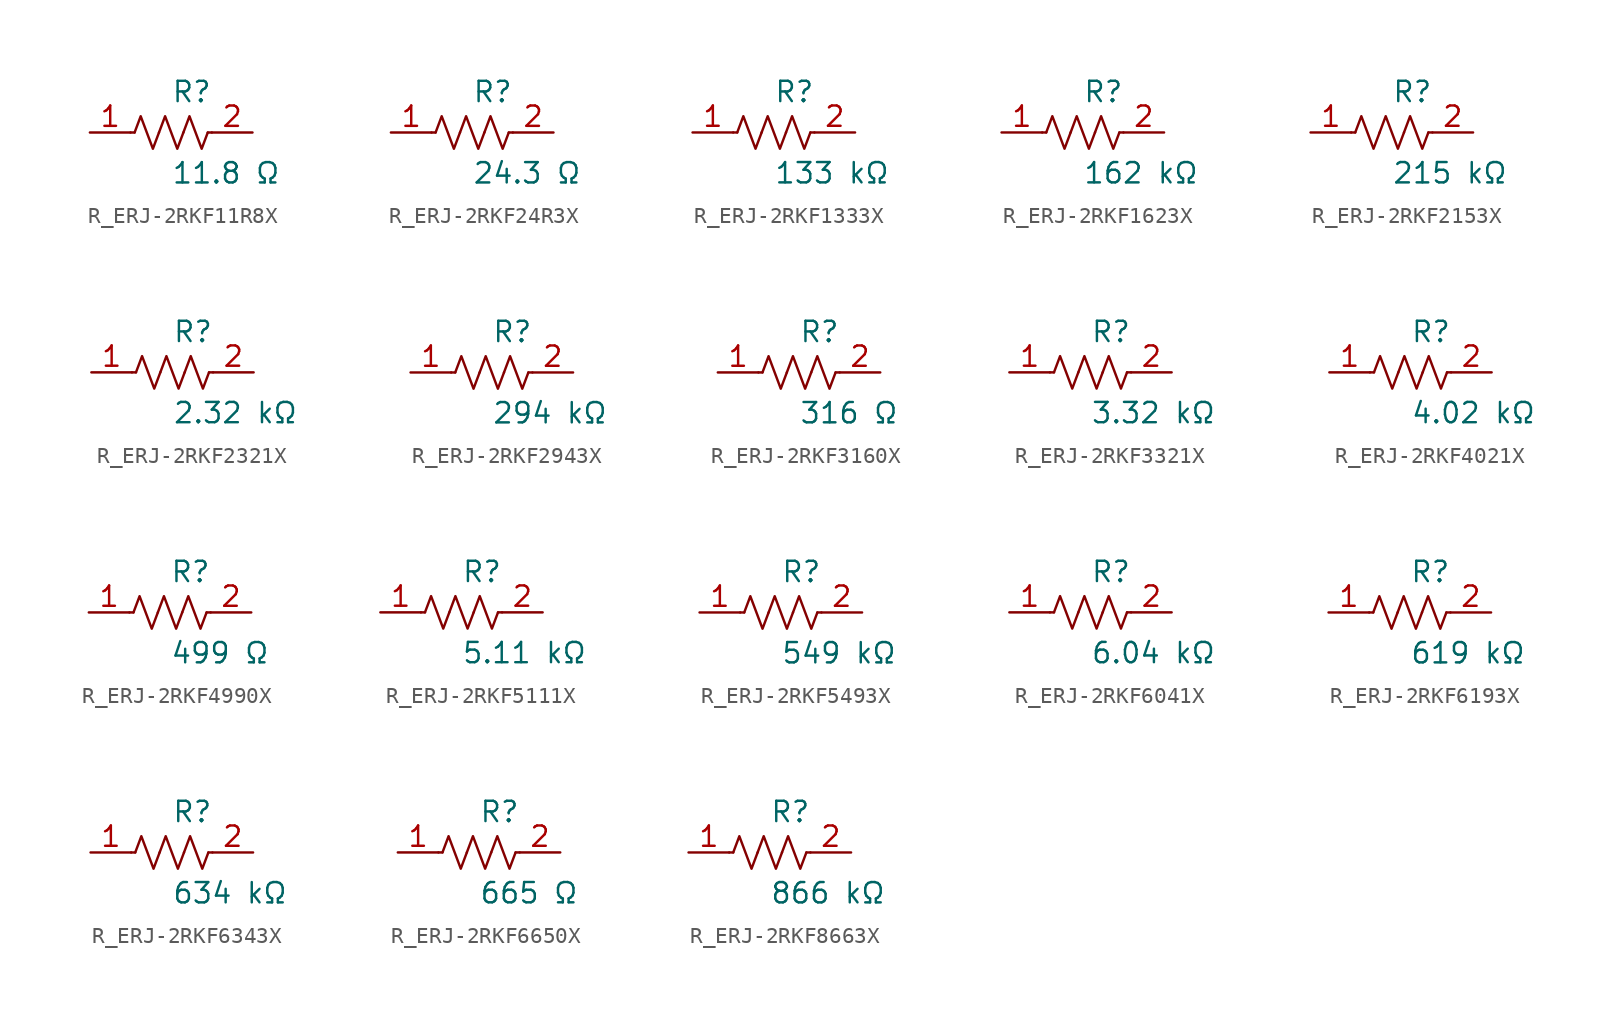
<source format=kicad_sym>
(kicad_symbol_lib
  (version 20231120)
  (generator kicad_symbol_editor)
  (generator_version 8.0)
  (symbol "R_ERJ-2RKF11R8X"
    (pin_names
      (offset 0.254))
    (property "Reference" "R"
      (at 0.0 2.54 0)
      (effects (font (size 1.27 1.27)) (justify left)))
    (property "Value" "11.8 Ω"
      (at 0.0 -2.54 0)
      (effects (font (size 1.27 1.27)) (justify left)))
    (symbol "R_ERJ-2RKF11R8X_0_1"
      (polyline (pts (xy 2.286 0) (xy 2.54 0)) (stroke (width 0) (type default)) (fill (type none)))
      (polyline (pts (xy -2.286 0) (xy -2.54 0)) (stroke (width 0) (type default)) (fill (type none)))
      (polyline (pts (xy 0.762 0) (xy 1.143 1.016) (xy 1.524 0) (xy 1.905 -1.016) (xy 2.286 0)) (stroke (width 0) (type default)) (fill (type none)))
      (polyline (pts (xy -0.762 0) (xy -0.381 1.016) (xy 0 0) (xy 0.381 -1.016) (xy 0.762 0)) (stroke (width 0) (type default)) (fill (type none)))
      (polyline (pts (xy -2.286 0) (xy -1.905 1.016) (xy -1.524 0) (xy -1.143 -1.016) (xy -0.762 0)) (stroke (width 0) (type default)) (fill (type none))))
    (pin unspecified line
      (at -5.08 0 0)
      (length 2.54)
      (name "" (effects (font (size 1.27 1.27))))
      (number "1" (effects (font (size 1.27 1.27)))))
    (pin unspecified line
      (at 5.08 0 180)
      (length 2.54)
      (name "" (effects (font (size 1.27 1.27))))
      (number "2" (effects (font (size 1.27 1.27))))))
  (symbol "R_ERJ-2RKF24R3X"
    (pin_names
      (offset 0.254))
    (property "Reference" "R"
      (at 0.0 2.54 0)
      (effects (font (size 1.27 1.27)) (justify left)))
    (property "Value" "24.3 Ω"
      (at 0.0 -2.54 0)
      (effects (font (size 1.27 1.27)) (justify left)))
    (symbol "R_ERJ-2RKF24R3X_0_1"
      (polyline (pts (xy 2.286 0) (xy 2.54 0)) (stroke (width 0) (type default)) (fill (type none)))
      (polyline (pts (xy -2.286 0) (xy -2.54 0)) (stroke (width 0) (type default)) (fill (type none)))
      (polyline (pts (xy 0.762 0) (xy 1.143 1.016) (xy 1.524 0) (xy 1.905 -1.016) (xy 2.286 0)) (stroke (width 0) (type default)) (fill (type none)))
      (polyline (pts (xy -0.762 0) (xy -0.381 1.016) (xy 0 0) (xy 0.381 -1.016) (xy 0.762 0)) (stroke (width 0) (type default)) (fill (type none)))
      (polyline (pts (xy -2.286 0) (xy -1.905 1.016) (xy -1.524 0) (xy -1.143 -1.016) (xy -0.762 0)) (stroke (width 0) (type default)) (fill (type none))))
    (pin unspecified line
      (at -5.08 0 0)
      (length 2.54)
      (name "" (effects (font (size 1.27 1.27))))
      (number "1" (effects (font (size 1.27 1.27)))))
    (pin unspecified line
      (at 5.08 0 180)
      (length 2.54)
      (name "" (effects (font (size 1.27 1.27))))
      (number "2" (effects (font (size 1.27 1.27))))))
  (symbol "R_ERJ-2RKF1333X"
    (pin_names
      (offset 0.254))
    (property "Reference" "R"
      (at 0.0 2.54 0)
      (effects (font (size 1.27 1.27)) (justify left)))
    (property "Value" "133 kΩ"
      (at 0.0 -2.54 0)
      (effects (font (size 1.27 1.27)) (justify left)))
    (symbol "R_ERJ-2RKF1333X_0_1"
      (polyline (pts (xy 2.286 0) (xy 2.54 0)) (stroke (width 0) (type default)) (fill (type none)))
      (polyline (pts (xy -2.286 0) (xy -2.54 0)) (stroke (width 0) (type default)) (fill (type none)))
      (polyline (pts (xy 0.762 0) (xy 1.143 1.016) (xy 1.524 0) (xy 1.905 -1.016) (xy 2.286 0)) (stroke (width 0) (type default)) (fill (type none)))
      (polyline (pts (xy -0.762 0) (xy -0.381 1.016) (xy 0 0) (xy 0.381 -1.016) (xy 0.762 0)) (stroke (width 0) (type default)) (fill (type none)))
      (polyline (pts (xy -2.286 0) (xy -1.905 1.016) (xy -1.524 0) (xy -1.143 -1.016) (xy -0.762 0)) (stroke (width 0) (type default)) (fill (type none))))
    (pin unspecified line
      (at -5.08 0 0)
      (length 2.54)
      (name "" (effects (font (size 1.27 1.27))))
      (number "1" (effects (font (size 1.27 1.27)))))
    (pin unspecified line
      (at 5.08 0 180)
      (length 2.54)
      (name "" (effects (font (size 1.27 1.27))))
      (number "2" (effects (font (size 1.27 1.27))))))
  (symbol "R_ERJ-2RKF1623X"
    (pin_names
      (offset 0.254))
    (property "Reference" "R"
      (at 0.0 2.54 0)
      (effects (font (size 1.27 1.27)) (justify left)))
    (property "Value" "162 kΩ"
      (at 0.0 -2.54 0)
      (effects (font (size 1.27 1.27)) (justify left)))
    (symbol "R_ERJ-2RKF1623X_0_1"
      (polyline (pts (xy 2.286 0) (xy 2.54 0)) (stroke (width 0) (type default)) (fill (type none)))
      (polyline (pts (xy -2.286 0) (xy -2.54 0)) (stroke (width 0) (type default)) (fill (type none)))
      (polyline (pts (xy 0.762 0) (xy 1.143 1.016) (xy 1.524 0) (xy 1.905 -1.016) (xy 2.286 0)) (stroke (width 0) (type default)) (fill (type none)))
      (polyline (pts (xy -0.762 0) (xy -0.381 1.016) (xy 0 0) (xy 0.381 -1.016) (xy 0.762 0)) (stroke (width 0) (type default)) (fill (type none)))
      (polyline (pts (xy -2.286 0) (xy -1.905 1.016) (xy -1.524 0) (xy -1.143 -1.016) (xy -0.762 0)) (stroke (width 0) (type default)) (fill (type none))))
    (pin unspecified line
      (at -5.08 0 0)
      (length 2.54)
      (name "" (effects (font (size 1.27 1.27))))
      (number "1" (effects (font (size 1.27 1.27)))))
    (pin unspecified line
      (at 5.08 0 180)
      (length 2.54)
      (name "" (effects (font (size 1.27 1.27))))
      (number "2" (effects (font (size 1.27 1.27))))))
  (symbol "R_ERJ-2RKF2153X"
    (pin_names
      (offset 0.254))
    (property "Reference" "R"
      (at 0.0 2.54 0)
      (effects (font (size 1.27 1.27)) (justify left)))
    (property "Value" "215 kΩ"
      (at 0.0 -2.54 0)
      (effects (font (size 1.27 1.27)) (justify left)))
    (symbol "R_ERJ-2RKF2153X_0_1"
      (polyline (pts (xy 2.286 0) (xy 2.54 0)) (stroke (width 0) (type default)) (fill (type none)))
      (polyline (pts (xy -2.286 0) (xy -2.54 0)) (stroke (width 0) (type default)) (fill (type none)))
      (polyline (pts (xy 0.762 0) (xy 1.143 1.016) (xy 1.524 0) (xy 1.905 -1.016) (xy 2.286 0)) (stroke (width 0) (type default)) (fill (type none)))
      (polyline (pts (xy -0.762 0) (xy -0.381 1.016) (xy 0 0) (xy 0.381 -1.016) (xy 0.762 0)) (stroke (width 0) (type default)) (fill (type none)))
      (polyline (pts (xy -2.286 0) (xy -1.905 1.016) (xy -1.524 0) (xy -1.143 -1.016) (xy -0.762 0)) (stroke (width 0) (type default)) (fill (type none))))
    (pin unspecified line
      (at -5.08 0 0)
      (length 2.54)
      (name "" (effects (font (size 1.27 1.27))))
      (number "1" (effects (font (size 1.27 1.27)))))
    (pin unspecified line
      (at 5.08 0 180)
      (length 2.54)
      (name "" (effects (font (size 1.27 1.27))))
      (number "2" (effects (font (size 1.27 1.27))))))
  (symbol "R_ERJ-2RKF2321X"
    (pin_names
      (offset 0.254))
    (property "Reference" "R"
      (at 0.0 2.54 0)
      (effects (font (size 1.27 1.27)) (justify left)))
    (property "Value" "2.32 kΩ"
      (at 0.0 -2.54 0)
      (effects (font (size 1.27 1.27)) (justify left)))
    (symbol "R_ERJ-2RKF2321X_0_1"
      (polyline (pts (xy 2.286 0) (xy 2.54 0)) (stroke (width 0) (type default)) (fill (type none)))
      (polyline (pts (xy -2.286 0) (xy -2.54 0)) (stroke (width 0) (type default)) (fill (type none)))
      (polyline (pts (xy 0.762 0) (xy 1.143 1.016) (xy 1.524 0) (xy 1.905 -1.016) (xy 2.286 0)) (stroke (width 0) (type default)) (fill (type none)))
      (polyline (pts (xy -0.762 0) (xy -0.381 1.016) (xy 0 0) (xy 0.381 -1.016) (xy 0.762 0)) (stroke (width 0) (type default)) (fill (type none)))
      (polyline (pts (xy -2.286 0) (xy -1.905 1.016) (xy -1.524 0) (xy -1.143 -1.016) (xy -0.762 0)) (stroke (width 0) (type default)) (fill (type none))))
    (pin unspecified line
      (at -5.08 0 0)
      (length 2.54)
      (name "" (effects (font (size 1.27 1.27))))
      (number "1" (effects (font (size 1.27 1.27)))))
    (pin unspecified line
      (at 5.08 0 180)
      (length 2.54)
      (name "" (effects (font (size 1.27 1.27))))
      (number "2" (effects (font (size 1.27 1.27))))))
  (symbol "R_ERJ-2RKF2943X"
    (pin_names
      (offset 0.254))
    (property "Reference" "R"
      (at 0.0 2.54 0)
      (effects (font (size 1.27 1.27)) (justify left)))
    (property "Value" "294 kΩ"
      (at 0.0 -2.54 0)
      (effects (font (size 1.27 1.27)) (justify left)))
    (symbol "R_ERJ-2RKF2943X_0_1"
      (polyline (pts (xy 2.286 0) (xy 2.54 0)) (stroke (width 0) (type default)) (fill (type none)))
      (polyline (pts (xy -2.286 0) (xy -2.54 0)) (stroke (width 0) (type default)) (fill (type none)))
      (polyline (pts (xy 0.762 0) (xy 1.143 1.016) (xy 1.524 0) (xy 1.905 -1.016) (xy 2.286 0)) (stroke (width 0) (type default)) (fill (type none)))
      (polyline (pts (xy -0.762 0) (xy -0.381 1.016) (xy 0 0) (xy 0.381 -1.016) (xy 0.762 0)) (stroke (width 0) (type default)) (fill (type none)))
      (polyline (pts (xy -2.286 0) (xy -1.905 1.016) (xy -1.524 0) (xy -1.143 -1.016) (xy -0.762 0)) (stroke (width 0) (type default)) (fill (type none))))
    (pin unspecified line
      (at -5.08 0 0)
      (length 2.54)
      (name "" (effects (font (size 1.27 1.27))))
      (number "1" (effects (font (size 1.27 1.27)))))
    (pin unspecified line
      (at 5.08 0 180)
      (length 2.54)
      (name "" (effects (font (size 1.27 1.27))))
      (number "2" (effects (font (size 1.27 1.27))))))
  (symbol "R_ERJ-2RKF3160X"
    (pin_names
      (offset 0.254))
    (property "Reference" "R"
      (at 0.0 2.54 0)
      (effects (font (size 1.27 1.27)) (justify left)))
    (property "Value" "316 Ω"
      (at 0.0 -2.54 0)
      (effects (font (size 1.27 1.27)) (justify left)))
    (symbol "R_ERJ-2RKF3160X_0_1"
      (polyline (pts (xy 2.286 0) (xy 2.54 0)) (stroke (width 0) (type default)) (fill (type none)))
      (polyline (pts (xy -2.286 0) (xy -2.54 0)) (stroke (width 0) (type default)) (fill (type none)))
      (polyline (pts (xy 0.762 0) (xy 1.143 1.016) (xy 1.524 0) (xy 1.905 -1.016) (xy 2.286 0)) (stroke (width 0) (type default)) (fill (type none)))
      (polyline (pts (xy -0.762 0) (xy -0.381 1.016) (xy 0 0) (xy 0.381 -1.016) (xy 0.762 0)) (stroke (width 0) (type default)) (fill (type none)))
      (polyline (pts (xy -2.286 0) (xy -1.905 1.016) (xy -1.524 0) (xy -1.143 -1.016) (xy -0.762 0)) (stroke (width 0) (type default)) (fill (type none))))
    (pin unspecified line
      (at -5.08 0 0)
      (length 2.54)
      (name "" (effects (font (size 1.27 1.27))))
      (number "1" (effects (font (size 1.27 1.27)))))
    (pin unspecified line
      (at 5.08 0 180)
      (length 2.54)
      (name "" (effects (font (size 1.27 1.27))))
      (number "2" (effects (font (size 1.27 1.27))))))
  (symbol "R_ERJ-2RKF3321X"
    (pin_names
      (offset 0.254))
    (property "Reference" "R"
      (at 0.0 2.54 0)
      (effects (font (size 1.27 1.27)) (justify left)))
    (property "Value" "3.32 kΩ"
      (at 0.0 -2.54 0)
      (effects (font (size 1.27 1.27)) (justify left)))
    (symbol "R_ERJ-2RKF3321X_0_1"
      (polyline (pts (xy 2.286 0) (xy 2.54 0)) (stroke (width 0) (type default)) (fill (type none)))
      (polyline (pts (xy -2.286 0) (xy -2.54 0)) (stroke (width 0) (type default)) (fill (type none)))
      (polyline (pts (xy 0.762 0) (xy 1.143 1.016) (xy 1.524 0) (xy 1.905 -1.016) (xy 2.286 0)) (stroke (width 0) (type default)) (fill (type none)))
      (polyline (pts (xy -0.762 0) (xy -0.381 1.016) (xy 0 0) (xy 0.381 -1.016) (xy 0.762 0)) (stroke (width 0) (type default)) (fill (type none)))
      (polyline (pts (xy -2.286 0) (xy -1.905 1.016) (xy -1.524 0) (xy -1.143 -1.016) (xy -0.762 0)) (stroke (width 0) (type default)) (fill (type none))))
    (pin unspecified line
      (at -5.08 0 0)
      (length 2.54)
      (name "" (effects (font (size 1.27 1.27))))
      (number "1" (effects (font (size 1.27 1.27)))))
    (pin unspecified line
      (at 5.08 0 180)
      (length 2.54)
      (name "" (effects (font (size 1.27 1.27))))
      (number "2" (effects (font (size 1.27 1.27))))))
  (symbol "R_ERJ-2RKF4021X"
    (pin_names
      (offset 0.254))
    (property "Reference" "R"
      (at 0.0 2.54 0)
      (effects (font (size 1.27 1.27)) (justify left)))
    (property "Value" "4.02 kΩ"
      (at 0.0 -2.54 0)
      (effects (font (size 1.27 1.27)) (justify left)))
    (symbol "R_ERJ-2RKF4021X_0_1"
      (polyline (pts (xy 2.286 0) (xy 2.54 0)) (stroke (width 0) (type default)) (fill (type none)))
      (polyline (pts (xy -2.286 0) (xy -2.54 0)) (stroke (width 0) (type default)) (fill (type none)))
      (polyline (pts (xy 0.762 0) (xy 1.143 1.016) (xy 1.524 0) (xy 1.905 -1.016) (xy 2.286 0)) (stroke (width 0) (type default)) (fill (type none)))
      (polyline (pts (xy -0.762 0) (xy -0.381 1.016) (xy 0 0) (xy 0.381 -1.016) (xy 0.762 0)) (stroke (width 0) (type default)) (fill (type none)))
      (polyline (pts (xy -2.286 0) (xy -1.905 1.016) (xy -1.524 0) (xy -1.143 -1.016) (xy -0.762 0)) (stroke (width 0) (type default)) (fill (type none))))
    (pin unspecified line
      (at -5.08 0 0)
      (length 2.54)
      (name "" (effects (font (size 1.27 1.27))))
      (number "1" (effects (font (size 1.27 1.27)))))
    (pin unspecified line
      (at 5.08 0 180)
      (length 2.54)
      (name "" (effects (font (size 1.27 1.27))))
      (number "2" (effects (font (size 1.27 1.27))))))
  (symbol "R_ERJ-2RKF4990X"
    (pin_names
      (offset 0.254))
    (property "Reference" "R"
      (at 0.0 2.54 0)
      (effects (font (size 1.27 1.27)) (justify left)))
    (property "Value" "499 Ω"
      (at 0.0 -2.54 0)
      (effects (font (size 1.27 1.27)) (justify left)))
    (symbol "R_ERJ-2RKF4990X_0_1"
      (polyline (pts (xy 2.286 0) (xy 2.54 0)) (stroke (width 0) (type default)) (fill (type none)))
      (polyline (pts (xy -2.286 0) (xy -2.54 0)) (stroke (width 0) (type default)) (fill (type none)))
      (polyline (pts (xy 0.762 0) (xy 1.143 1.016) (xy 1.524 0) (xy 1.905 -1.016) (xy 2.286 0)) (stroke (width 0) (type default)) (fill (type none)))
      (polyline (pts (xy -0.762 0) (xy -0.381 1.016) (xy 0 0) (xy 0.381 -1.016) (xy 0.762 0)) (stroke (width 0) (type default)) (fill (type none)))
      (polyline (pts (xy -2.286 0) (xy -1.905 1.016) (xy -1.524 0) (xy -1.143 -1.016) (xy -0.762 0)) (stroke (width 0) (type default)) (fill (type none))))
    (pin unspecified line
      (at -5.08 0 0)
      (length 2.54)
      (name "" (effects (font (size 1.27 1.27))))
      (number "1" (effects (font (size 1.27 1.27)))))
    (pin unspecified line
      (at 5.08 0 180)
      (length 2.54)
      (name "" (effects (font (size 1.27 1.27))))
      (number "2" (effects (font (size 1.27 1.27))))))
  (symbol "R_ERJ-2RKF5111X"
    (pin_names
      (offset 0.254))
    (property "Reference" "R"
      (at 0.0 2.54 0)
      (effects (font (size 1.27 1.27)) (justify left)))
    (property "Value" "5.11 kΩ"
      (at 0.0 -2.54 0)
      (effects (font (size 1.27 1.27)) (justify left)))
    (symbol "R_ERJ-2RKF5111X_0_1"
      (polyline (pts (xy 2.286 0) (xy 2.54 0)) (stroke (width 0) (type default)) (fill (type none)))
      (polyline (pts (xy -2.286 0) (xy -2.54 0)) (stroke (width 0) (type default)) (fill (type none)))
      (polyline (pts (xy 0.762 0) (xy 1.143 1.016) (xy 1.524 0) (xy 1.905 -1.016) (xy 2.286 0)) (stroke (width 0) (type default)) (fill (type none)))
      (polyline (pts (xy -0.762 0) (xy -0.381 1.016) (xy 0 0) (xy 0.381 -1.016) (xy 0.762 0)) (stroke (width 0) (type default)) (fill (type none)))
      (polyline (pts (xy -2.286 0) (xy -1.905 1.016) (xy -1.524 0) (xy -1.143 -1.016) (xy -0.762 0)) (stroke (width 0) (type default)) (fill (type none))))
    (pin unspecified line
      (at -5.08 0 0)
      (length 2.54)
      (name "" (effects (font (size 1.27 1.27))))
      (number "1" (effects (font (size 1.27 1.27)))))
    (pin unspecified line
      (at 5.08 0 180)
      (length 2.54)
      (name "" (effects (font (size 1.27 1.27))))
      (number "2" (effects (font (size 1.27 1.27))))))
  (symbol "R_ERJ-2RKF5493X"
    (pin_names
      (offset 0.254))
    (property "Reference" "R"
      (at 0.0 2.54 0)
      (effects (font (size 1.27 1.27)) (justify left)))
    (property "Value" "549 kΩ"
      (at 0.0 -2.54 0)
      (effects (font (size 1.27 1.27)) (justify left)))
    (symbol "R_ERJ-2RKF5493X_0_1"
      (polyline (pts (xy 2.286 0) (xy 2.54 0)) (stroke (width 0) (type default)) (fill (type none)))
      (polyline (pts (xy -2.286 0) (xy -2.54 0)) (stroke (width 0) (type default)) (fill (type none)))
      (polyline (pts (xy 0.762 0) (xy 1.143 1.016) (xy 1.524 0) (xy 1.905 -1.016) (xy 2.286 0)) (stroke (width 0) (type default)) (fill (type none)))
      (polyline (pts (xy -0.762 0) (xy -0.381 1.016) (xy 0 0) (xy 0.381 -1.016) (xy 0.762 0)) (stroke (width 0) (type default)) (fill (type none)))
      (polyline (pts (xy -2.286 0) (xy -1.905 1.016) (xy -1.524 0) (xy -1.143 -1.016) (xy -0.762 0)) (stroke (width 0) (type default)) (fill (type none))))
    (pin unspecified line
      (at -5.08 0 0)
      (length 2.54)
      (name "" (effects (font (size 1.27 1.27))))
      (number "1" (effects (font (size 1.27 1.27)))))
    (pin unspecified line
      (at 5.08 0 180)
      (length 2.54)
      (name "" (effects (font (size 1.27 1.27))))
      (number "2" (effects (font (size 1.27 1.27))))))
  (symbol "R_ERJ-2RKF6041X"
    (pin_names
      (offset 0.254))
    (property "Reference" "R"
      (at 0.0 2.54 0)
      (effects (font (size 1.27 1.27)) (justify left)))
    (property "Value" "6.04 kΩ"
      (at 0.0 -2.54 0)
      (effects (font (size 1.27 1.27)) (justify left)))
    (symbol "R_ERJ-2RKF6041X_0_1"
      (polyline (pts (xy 2.286 0) (xy 2.54 0)) (stroke (width 0) (type default)) (fill (type none)))
      (polyline (pts (xy -2.286 0) (xy -2.54 0)) (stroke (width 0) (type default)) (fill (type none)))
      (polyline (pts (xy 0.762 0) (xy 1.143 1.016) (xy 1.524 0) (xy 1.905 -1.016) (xy 2.286 0)) (stroke (width 0) (type default)) (fill (type none)))
      (polyline (pts (xy -0.762 0) (xy -0.381 1.016) (xy 0 0) (xy 0.381 -1.016) (xy 0.762 0)) (stroke (width 0) (type default)) (fill (type none)))
      (polyline (pts (xy -2.286 0) (xy -1.905 1.016) (xy -1.524 0) (xy -1.143 -1.016) (xy -0.762 0)) (stroke (width 0) (type default)) (fill (type none))))
    (pin unspecified line
      (at -5.08 0 0)
      (length 2.54)
      (name "" (effects (font (size 1.27 1.27))))
      (number "1" (effects (font (size 1.27 1.27)))))
    (pin unspecified line
      (at 5.08 0 180)
      (length 2.54)
      (name "" (effects (font (size 1.27 1.27))))
      (number "2" (effects (font (size 1.27 1.27))))))
  (symbol "R_ERJ-2RKF6193X"
    (pin_names
      (offset 0.254))
    (property "Reference" "R"
      (at 0.0 2.54 0)
      (effects (font (size 1.27 1.27)) (justify left)))
    (property "Value" "619 kΩ"
      (at 0.0 -2.54 0)
      (effects (font (size 1.27 1.27)) (justify left)))
    (symbol "R_ERJ-2RKF6193X_0_1"
      (polyline (pts (xy 2.286 0) (xy 2.54 0)) (stroke (width 0) (type default)) (fill (type none)))
      (polyline (pts (xy -2.286 0) (xy -2.54 0)) (stroke (width 0) (type default)) (fill (type none)))
      (polyline (pts (xy 0.762 0) (xy 1.143 1.016) (xy 1.524 0) (xy 1.905 -1.016) (xy 2.286 0)) (stroke (width 0) (type default)) (fill (type none)))
      (polyline (pts (xy -0.762 0) (xy -0.381 1.016) (xy 0 0) (xy 0.381 -1.016) (xy 0.762 0)) (stroke (width 0) (type default)) (fill (type none)))
      (polyline (pts (xy -2.286 0) (xy -1.905 1.016) (xy -1.524 0) (xy -1.143 -1.016) (xy -0.762 0)) (stroke (width 0) (type default)) (fill (type none))))
    (pin unspecified line
      (at -5.08 0 0)
      (length 2.54)
      (name "" (effects (font (size 1.27 1.27))))
      (number "1" (effects (font (size 1.27 1.27)))))
    (pin unspecified line
      (at 5.08 0 180)
      (length 2.54)
      (name "" (effects (font (size 1.27 1.27))))
      (number "2" (effects (font (size 1.27 1.27))))))
  (symbol "R_ERJ-2RKF6343X"
    (pin_names
      (offset 0.254))
    (property "Reference" "R"
      (at 0.0 2.54 0)
      (effects (font (size 1.27 1.27)) (justify left)))
    (property "Value" "634 kΩ"
      (at 0.0 -2.54 0)
      (effects (font (size 1.27 1.27)) (justify left)))
    (symbol "R_ERJ-2RKF6343X_0_1"
      (polyline (pts (xy 2.286 0) (xy 2.54 0)) (stroke (width 0) (type default)) (fill (type none)))
      (polyline (pts (xy -2.286 0) (xy -2.54 0)) (stroke (width 0) (type default)) (fill (type none)))
      (polyline (pts (xy 0.762 0) (xy 1.143 1.016) (xy 1.524 0) (xy 1.905 -1.016) (xy 2.286 0)) (stroke (width 0) (type default)) (fill (type none)))
      (polyline (pts (xy -0.762 0) (xy -0.381 1.016) (xy 0 0) (xy 0.381 -1.016) (xy 0.762 0)) (stroke (width 0) (type default)) (fill (type none)))
      (polyline (pts (xy -2.286 0) (xy -1.905 1.016) (xy -1.524 0) (xy -1.143 -1.016) (xy -0.762 0)) (stroke (width 0) (type default)) (fill (type none))))
    (pin unspecified line
      (at -5.08 0 0)
      (length 2.54)
      (name "" (effects (font (size 1.27 1.27))))
      (number "1" (effects (font (size 1.27 1.27)))))
    (pin unspecified line
      (at 5.08 0 180)
      (length 2.54)
      (name "" (effects (font (size 1.27 1.27))))
      (number "2" (effects (font (size 1.27 1.27))))))
  (symbol "R_ERJ-2RKF6650X"
    (pin_names
      (offset 0.254))
    (property "Reference" "R"
      (at 0.0 2.54 0)
      (effects (font (size 1.27 1.27)) (justify left)))
    (property "Value" "665 Ω"
      (at 0.0 -2.54 0)
      (effects (font (size 1.27 1.27)) (justify left)))
    (symbol "R_ERJ-2RKF6650X_0_1"
      (polyline (pts (xy 2.286 0) (xy 2.54 0)) (stroke (width 0) (type default)) (fill (type none)))
      (polyline (pts (xy -2.286 0) (xy -2.54 0)) (stroke (width 0) (type default)) (fill (type none)))
      (polyline (pts (xy 0.762 0) (xy 1.143 1.016) (xy 1.524 0) (xy 1.905 -1.016) (xy 2.286 0)) (stroke (width 0) (type default)) (fill (type none)))
      (polyline (pts (xy -0.762 0) (xy -0.381 1.016) (xy 0 0) (xy 0.381 -1.016) (xy 0.762 0)) (stroke (width 0) (type default)) (fill (type none)))
      (polyline (pts (xy -2.286 0) (xy -1.905 1.016) (xy -1.524 0) (xy -1.143 -1.016) (xy -0.762 0)) (stroke (width 0) (type default)) (fill (type none))))
    (pin unspecified line
      (at -5.08 0 0)
      (length 2.54)
      (name "" (effects (font (size 1.27 1.27))))
      (number "1" (effects (font (size 1.27 1.27)))))
    (pin unspecified line
      (at 5.08 0 180)
      (length 2.54)
      (name "" (effects (font (size 1.27 1.27))))
      (number "2" (effects (font (size 1.27 1.27))))))
  (symbol "R_ERJ-2RKF8663X"
    (pin_names
      (offset 0.254))
    (property "Reference" "R"
      (at 0.0 2.54 0)
      (effects (font (size 1.27 1.27)) (justify left)))
    (property "Value" "866 kΩ"
      (at 0.0 -2.54 0)
      (effects (font (size 1.27 1.27)) (justify left)))
    (symbol "R_ERJ-2RKF8663X_0_1"
      (polyline (pts (xy 2.286 0) (xy 2.54 0)) (stroke (width 0) (type default)) (fill (type none)))
      (polyline (pts (xy -2.286 0) (xy -2.54 0)) (stroke (width 0) (type default)) (fill (type none)))
      (polyline (pts (xy 0.762 0) (xy 1.143 1.016) (xy 1.524 0) (xy 1.905 -1.016) (xy 2.286 0)) (stroke (width 0) (type default)) (fill (type none)))
      (polyline (pts (xy -0.762 0) (xy -0.381 1.016) (xy 0 0) (xy 0.381 -1.016) (xy 0.762 0)) (stroke (width 0) (type default)) (fill (type none)))
      (polyline (pts (xy -2.286 0) (xy -1.905 1.016) (xy -1.524 0) (xy -1.143 -1.016) (xy -0.762 0)) (stroke (width 0) (type default)) (fill (type none))))
    (pin unspecified line
      (at -5.08 0 0)
      (length 2.54)
      (name "" (effects (font (size 1.27 1.27))))
      (number "1" (effects (font (size 1.27 1.27)))))
    (pin unspecified line
      (at 5.08 0 180)
      (length 2.54)
      (name "" (effects (font (size 1.27 1.27))))
      (number "2" (effects (font (size 1.27 1.27)))))))
</source>
